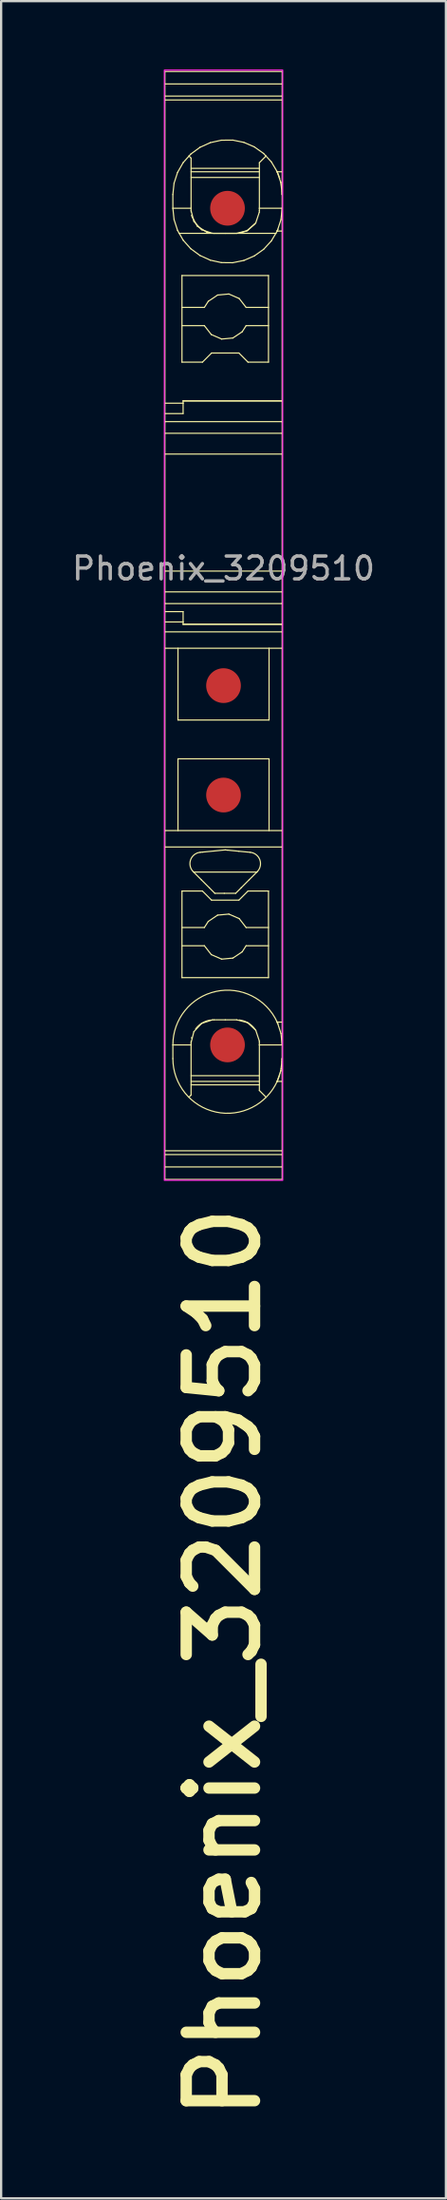
<source format=kicad_pcb>
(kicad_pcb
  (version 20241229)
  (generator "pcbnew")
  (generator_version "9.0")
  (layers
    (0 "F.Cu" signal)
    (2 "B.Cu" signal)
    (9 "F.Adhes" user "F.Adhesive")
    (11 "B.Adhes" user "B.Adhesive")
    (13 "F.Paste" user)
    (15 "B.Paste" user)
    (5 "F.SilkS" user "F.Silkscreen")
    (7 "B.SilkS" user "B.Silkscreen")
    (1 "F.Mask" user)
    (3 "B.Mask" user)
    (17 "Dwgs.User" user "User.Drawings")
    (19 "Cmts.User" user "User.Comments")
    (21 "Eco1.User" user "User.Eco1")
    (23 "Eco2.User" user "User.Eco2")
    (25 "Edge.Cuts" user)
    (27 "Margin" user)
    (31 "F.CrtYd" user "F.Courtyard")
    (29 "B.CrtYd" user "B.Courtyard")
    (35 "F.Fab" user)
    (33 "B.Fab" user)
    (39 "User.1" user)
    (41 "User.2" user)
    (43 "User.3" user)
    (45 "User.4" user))
  (footprint "Phoenix_3209510"
    (layer "F.Cu")
    (at 4.168 24.625)
    (property "Reference" "Phoenix_3209510" (at 2.6 25 90) (unlocked yes) (layer "F.SilkS") (effects (font (size 3 3) (thickness 0.5) (bold yes)) (justify right)))
    (attr smd)
    (fp_line (start 0.025 -24.54) (end 0.025 -23.993) (stroke (width 0.05) (type solid)) (layer "F.SilkS"))
    (fp_line (start 0.025 -23.458) (end 0.025 -23.993) (stroke (width 0.05) (type solid)) (layer "F.SilkS"))
    (fp_line (start 0.025 -23.29) (end 0.025 -23.458) (stroke (width 0.05) (type solid)) (layer "F.SilkS"))
    (fp_line (start 0.025 -23.29) (end 0.025 -9.989) (stroke (width 0.05) (type solid)) (layer "F.SilkS"))
    (fp_line (start 0.025 -9.989) (end 0.025 -9.534) (stroke (width 0.05) (type solid)) (layer "F.SilkS"))
    (fp_line (start 0.025 -9.181) (end 0.025 -9.534) (stroke (width 0.05) (type solid)) (layer "F.SilkS"))
    (fp_line (start 0.025 -9.169) (end 0.025 -9.181) (stroke (width 0.05) (type solid)) (layer "F.SilkS"))
    (fp_line (start 0.025 -8.669) (end 0.025 -9.169) (stroke (width 0.05) (type solid)) (layer "F.SilkS"))
    (fp_line (start 0.025 -8.669) (end 5.175 -8.669) (stroke (width 0.05) (type solid)) (layer "F.SilkS"))
    (fp_line (start 0.025 -7.757) (end 0.025 -8.669) (stroke (width 0.05) (type solid)) (layer "F.SilkS"))
    (fp_line (start 0.025 -7.757) (end 5.175 -7.757) (stroke (width 0.05) (type solid)) (layer "F.SilkS"))
    (fp_line (start 0.025 -2.624) (end 0.025 -7.757) (stroke (width 0.05) (type solid)) (layer "F.SilkS"))
    (fp_line (start 0.025 -2.624) (end 0.025 -1.712) (stroke (width 0.05) (type solid)) (layer "F.SilkS"))
    (fp_line (start 0.025 -1.712) (end 0.025 -1.212) (stroke (width 0.05) (type solid)) (layer "F.SilkS"))
    (fp_line (start 0.025 -1.712) (end 5.175 -1.712) (stroke (width 0.05) (type solid)) (layer "F.SilkS"))
    (fp_line (start 0.025 -1.212) (end 0.025 -1.2) (stroke (width 0.05) (type solid)) (layer "F.SilkS"))
    (fp_line (start 0.025 -1.2) (end 5.175 -1.2) (stroke (width 0.05) (type solid)) (layer "F.SilkS"))
    (fp_line (start 0.025 -0.847) (end 0.025 -1.2) (stroke (width 0.05) (type solid)) (layer "F.SilkS"))
    (fp_line (start 0.025 -0.847) (end 0.025 -0.392) (stroke (width 0.05) (type solid)) (layer "F.SilkS"))
    (fp_line (start 0.025 0.041) (end 0.025 -0.392) (stroke (width 0.05) (type solid)) (layer "F.SilkS"))
    (fp_line (start 0.025 0.041) (end 0.025 0.76) (stroke (width 0.05) (type solid)) (layer "F.SilkS"))
    (fp_line (start 0.025 0.76) (end 0.025 8.76) (stroke (width 0.05) (type solid)) (layer "F.SilkS"))
    (fp_line (start 0.025 0.76) (end 5.175 0.76) (stroke (width 0.05) (type solid)) (layer "F.SilkS"))
    (fp_line (start 0.025 8.76) (end 0.025 9.478) (stroke (width 0.05) (type solid)) (layer "F.SilkS"))
    (fp_line (start 0.025 8.76) (end 5.175 8.76) (stroke (width 0.05) (type solid)) (layer "F.SilkS"))
    (fp_line (start 0.025 22.803) (end 0.025 9.478) (stroke (width 0.05) (type solid)) (layer "F.SilkS"))
    (fp_line (start 0.025 22.972) (end 0.025 22.803) (stroke (width 0.05) (type solid)) (layer "F.SilkS"))
    (fp_line (start 0.025 22.972) (end 0.025 23.512) (stroke (width 0.05) (type solid)) (layer "F.SilkS"))
    (fp_line (start 0.025 23.512) (end 0.025 24.06) (stroke (width 0.05) (type solid)) (layer "F.SilkS"))
    (fp_line (start 0.375 -19.14) (end 0.427 -19.637) (stroke (width 0.05) (type solid)) (layer "F.SilkS"))
    (fp_line (start 0.375 -18.54) (end 0.375 -19.14) (stroke (width 0.05) (type solid)) (layer "F.SilkS"))
    (fp_line (start 0.375 -18.54) (end 0.427 -18.044) (stroke (width 0.05) (type solid)) (layer "F.SilkS"))
    (fp_line (start 0.375 18.16) (end 0.375 18.76) (stroke (width 0.05) (type solid)) (layer "F.SilkS"))
    (fp_line (start 0.427 -19.637) (end 0.581 -20.112) (stroke (width 0.05) (type solid)) (layer "F.SilkS"))
    (fp_line (start 0.427 -18.044) (end 0.581 -17.569) (stroke (width 0.05) (type solid)) (layer "F.SilkS"))
    (fp_line (start 0.581 -20.112) (end 0.829 -20.545) (stroke (width 0.05) (type solid)) (layer "F.SilkS"))
    (fp_line (start 0.581 -17.569) (end 0.829 -17.136) (stroke (width 0.05) (type solid)) (layer "F.SilkS"))
    (fp_line (start 0.6 0.76) (end 0.6 3.91) (stroke (width 0.05) (type solid)) (layer "F.SilkS"))
    (fp_line (start 0.6 3.91) (end 4.6 3.91) (stroke (width 0.05) (type solid)) (layer "F.SilkS"))
    (fp_line (start 0.6 5.61) (end 0.6 8.76) (stroke (width 0.05) (type solid)) (layer "F.SilkS"))
    (fp_line (start 0.642 -17.44) (end 4.908 -17.44) (stroke (width 0.05) (type solid)) (layer "F.SilkS"))
    (fp_line (start 0.775 -15.59) (end 0.775 -11.79) (stroke (width 0.05) (type solid)) (layer "F.SilkS"))
    (fp_line (start 0.775 -14.19) (end 1.759 -14.19) (stroke (width 0.05) (type solid)) (layer "F.SilkS"))
    (fp_line (start 0.775 -11.79) (end 1.675 -11.79) (stroke (width 0.05) (type solid)) (layer "F.SilkS"))
    (fp_line (start 0.775 11.41) (end 0.775 15.21) (stroke (width 0.05) (type solid)) (layer "F.SilkS"))
    (fp_line (start 0.775 13.01) (end 1.759 13.01) (stroke (width 0.05) (type solid)) (layer "F.SilkS"))
    (fp_line (start 0.775 15.21) (end 4.575 15.21) (stroke (width 0.05) (type solid)) (layer "F.SilkS"))
    (fp_line (start 0.825 -10.09) (end 5.175 -10.09) (stroke (width 0.05) (type solid)) (layer "F.SilkS"))
    (fp_line (start 0.825 -9.989) (end 0.025 -9.989) (stroke (width 0.05) (type solid)) (layer "F.SilkS"))
    (fp_line (start 0.825 -9.989) (end 0.825 -10.09) (stroke (width 0.05) (type solid)) (layer "F.SilkS"))
    (fp_line (start 0.825 -9.534) (end 0.025 -9.534) (stroke (width 0.05) (type solid)) (layer "F.SilkS"))
    (fp_line (start 0.825 -9.534) (end 0.825 -9.989) (stroke (width 0.05) (type solid)) (layer "F.SilkS"))
    (fp_line (start 0.825 -0.847) (end 0.025 -0.847) (stroke (width 0.05) (type solid)) (layer "F.SilkS"))
    (fp_line (start 0.825 -0.392) (end 0.025 -0.392) (stroke (width 0.05) (type solid)) (layer "F.SilkS"))
    (fp_line (start 0.825 -0.392) (end 0.825 -0.847) (stroke (width 0.05) (type solid)) (layer "F.SilkS"))
    (fp_line (start 0.825 -0.29) (end 0.825 -0.392) (stroke (width 0.05) (type solid)) (layer "F.SilkS"))
    (fp_line (start 0.825 -0.29) (end 5.175 -0.29) (stroke (width 0.05) (type solid)) (layer "F.SilkS"))
    (fp_line (start 0.829 -20.545) (end 1.162 -20.917) (stroke (width 0.05) (type solid)) (layer "F.SilkS"))
    (fp_line (start 0.829 -17.136) (end 1.162 -16.764) (stroke (width 0.05) (type solid)) (layer "F.SilkS"))
    (fp_line (start 1.162 -20.917) (end 1.564 -21.212) (stroke (width 0.05) (type solid)) (layer "F.SilkS"))
    (fp_line (start 1.162 -16.764) (end 1.564 -16.469) (stroke (width 0.05) (type solid)) (layer "F.SilkS"))
    (fp_line (start 1.175 -20.74) (end 1.078 -20.837) (stroke (width 0.05) (type solid)) (layer "F.SilkS"))
    (fp_line (start 1.175 -20.29) (end 4.175 -20.29) (stroke (width 0.05) (type solid)) (layer "F.SilkS"))
    (fp_line (start 1.175 -19.89) (end 4.175 -19.89) (stroke (width 0.05) (type solid)) (layer "F.SilkS"))
    (fp_line (start 1.175 -18.54) (end 0.375 -18.54) (stroke (width 0.05) (type solid)) (layer "F.SilkS"))
    (fp_line (start 1.175 -18.54) (end 1.175 -20.74) (stroke (width 0.05) (type solid)) (layer "F.SilkS"))
    (fp_line (start 1.175 -18.44) (end 1.175 -18.54) (stroke (width 0.05) (type solid)) (layer "F.SilkS"))
    (fp_line (start 1.175 -18.44) (end 1.298 -17.961) (stroke (width 0.05) (type solid)) (layer "F.SilkS"))
    (fp_line (start 1.175 18.06) (end 1.175 18.16) (stroke (width 0.05) (type solid)) (layer "F.SilkS"))
    (fp_line (start 1.175 18.06) (end 1.298 17.58) (stroke (width 0.05) (type solid)) (layer "F.SilkS"))
    (fp_line (start 1.175 18.16) (end 0.375 18.16) (stroke (width 0.05) (type solid)) (layer "F.SilkS"))
    (fp_line (start 1.175 18.16) (end 1.175 20.36) (stroke (width 0.05) (type solid)) (layer "F.SilkS"))
    (fp_line (start 1.175 19.51) (end 4.175 19.51) (stroke (width 0.05) (type solid)) (layer "F.SilkS"))
    (fp_line (start 1.175 19.91) (end 4.175 19.91) (stroke (width 0.05) (type solid)) (layer "F.SilkS"))
    (fp_line (start 1.175 20.36) (end 1.078 20.457) (stroke (width 0.05) (type solid)) (layer "F.SilkS"))
    (fp_line (start 1.176 -18.399) (end 1.177 -18.376) (stroke (width 0.05) (type solid)) (layer "F.SilkS"))
    (fp_line (start 1.197 -18.236) (end 1.201 -18.215) (stroke (width 0.05) (type solid)) (layer "F.SilkS"))
    (fp_line (start 1.209 -18.183) (end 1.451 -17.751) (stroke (width 0.05) (type solid)) (layer "F.SilkS"))
    (fp_line (start 1.272 10.563) (end 1.625 10.917) (stroke (width 0.05) (type solid)) (layer "F.SilkS"))
    (fp_line (start 1.288 10.58) (end 4.063 10.58) (stroke (width 0.05) (type solid)) (layer "F.SilkS"))
    (fp_line (start 1.298 -17.961) (end 1.635 -17.599) (stroke (width 0.05) (type solid)) (layer "F.SilkS"))
    (fp_line (start 1.298 17.58) (end 1.635 17.218) (stroke (width 0.05) (type solid)) (layer "F.SilkS"))
    (fp_line (start 1.451 -17.751) (end 1.87 -17.488) (stroke (width 0.05) (type solid)) (layer "F.SilkS"))
    (fp_line (start 1.564 -21.212) (end 2.019 -21.418) (stroke (width 0.05) (type solid)) (layer "F.SilkS"))
    (fp_line (start 1.564 -16.469) (end 2.019 -16.263) (stroke (width 0.05) (type solid)) (layer "F.SilkS"))
    (fp_line (start 1.625 10.917) (end 1.979 11.27) (stroke (width 0.05) (type solid)) (layer "F.SilkS"))
    (fp_line (start 1.635 -17.599) (end 2.105 -17.443) (stroke (width 0.05) (type solid)) (layer "F.SilkS"))
    (fp_line (start 1.635 17.218) (end 2.105 17.062) (stroke (width 0.05) (type solid)) (layer "F.SilkS"))
    (fp_line (start 1.675 -11.79) (end 2.075 -12.19) (stroke (width 0.05) (type solid)) (layer "F.SilkS"))
    (fp_line (start 1.675 11.41) (end 0.775 11.41) (stroke (width 0.05) (type solid)) (layer "F.SilkS"))
    (fp_line (start 1.68 9.702) (end 1.578 9.712) (stroke (width 0.05) (type solid)) (layer "F.SilkS"))
    (fp_line (start 1.759 -13.39) (end 0.775 -13.39) (stroke (width 0.05) (type solid)) (layer "F.SilkS"))
    (fp_line (start 1.759 -13.39) (end 2.063 -13) (stroke (width 0.05) (type solid)) (layer "F.SilkS"))
    (fp_line (start 1.759 13.81) (end 0.775 13.81) (stroke (width 0.05) (type solid)) (layer "F.SilkS"))
    (fp_line (start 1.759 13.81) (end 2.063 14.2) (stroke (width 0.05) (type solid)) (layer "F.SilkS"))
    (fp_line (start 1.87 -17.488) (end 2.007 -17.455) (stroke (width 0.05) (type solid)) (layer "F.SilkS"))
    (fp_line (start 1.93 -14.457) (end 1.759 -14.19) (stroke (width 0.05) (type solid)) (layer "F.SilkS"))
    (fp_line (start 1.93 12.743) (end 1.759 13.01) (stroke (width 0.05) (type solid)) (layer "F.SilkS"))
    (fp_line (start 1.979 11.27) (end 2.218 11.51) (stroke (width 0.05) (type solid)) (layer "F.SilkS"))
    (fp_line (start 2.019 -21.418) (end 2.506 -21.525) (stroke (width 0.05) (type solid)) (layer "F.SilkS"))
    (fp_line (start 2.019 -16.263) (end 2.506 -16.156) (stroke (width 0.05) (type solid)) (layer "F.SilkS"))
    (fp_line (start 2.063 -13) (end 2.517 -12.803) (stroke (width 0.05) (type solid)) (layer "F.SilkS"))
    (fp_line (start 2.063 14.2) (end 2.517 14.397) (stroke (width 0.05) (type solid)) (layer "F.SilkS"))
    (fp_line (start 2.075 -12.19) (end 3.275 -12.19) (stroke (width 0.05) (type solid)) (layer "F.SilkS"))
    (fp_line (start 2.075 11.81) (end 1.675 11.41) (stroke (width 0.05) (type solid)) (layer "F.SilkS"))
    (fp_line (start 2.105 -17.443) (end 2.175 -17.44) (stroke (width 0.05) (type solid)) (layer "F.SilkS"))
    (fp_line (start 2.105 17.062) (end 2.175 17.06) (stroke (width 0.05) (type solid)) (layer "F.SilkS"))
    (fp_line (start 2.178 9.655) (end 1.68 9.702) (stroke (width 0.05) (type solid)) (layer "F.SilkS"))
    (fp_line (start 2.341 -14.733) (end 1.93 -14.457) (stroke (width 0.05) (type solid)) (layer "F.SilkS"))
    (fp_line (start 2.341 12.467) (end 1.93 12.743) (stroke (width 0.05) (type solid)) (layer "F.SilkS"))
    (fp_line (start 2.506 -21.525) (end 3.005 -21.529) (stroke (width 0.05) (type solid)) (layer "F.SilkS"))
    (fp_line (start 2.506 -16.156) (end 3.005 -16.151) (stroke (width 0.05) (type solid)) (layer "F.SilkS"))
    (fp_line (start 2.517 -12.803) (end 3.01 -12.848) (stroke (width 0.05) (type solid)) (layer "F.SilkS"))
    (fp_line (start 2.517 14.397) (end 3.01 14.352) (stroke (width 0.05) (type solid)) (layer "F.SilkS"))
    (fp_line (start 2.633 11.51) (end 2.218 11.51) (stroke (width 0.05) (type solid)) (layer "F.SilkS"))
    (fp_line (start 2.675 -17.44) (end 2.175 -17.44) (stroke (width 0.05) (type solid)) (layer "F.SilkS"))
    (fp_line (start 2.675 9.607) (end 2.178 9.655) (stroke (width 0.05) (type solid)) (layer "F.SilkS"))
    (fp_line (start 2.675 17.06) (end 2.175 17.06) (stroke (width 0.05) (type solid)) (layer "F.SilkS"))
    (fp_line (start 2.777 9.617) (end 2.675 9.607) (stroke (width 0.05) (type solid)) (layer "F.SilkS"))
    (fp_line (start 2.834 -14.778) (end 2.341 -14.733) (stroke (width 0.05) (type solid)) (layer "F.SilkS"))
    (fp_line (start 2.834 12.422) (end 2.341 12.467) (stroke (width 0.05) (type solid)) (layer "F.SilkS"))
    (fp_line (start 3.005 -21.529) (end 3.494 -21.43) (stroke (width 0.05) (type solid)) (layer "F.SilkS"))
    (fp_line (start 3.005 -16.151) (end 3.494 -16.251) (stroke (width 0.05) (type solid)) (layer "F.SilkS"))
    (fp_line (start 3.01 -12.848) (end 3.421 -13.123) (stroke (width 0.05) (type solid)) (layer "F.SilkS"))
    (fp_line (start 3.01 14.352) (end 3.421 14.077) (stroke (width 0.05) (type solid)) (layer "F.SilkS"))
    (fp_line (start 3.133 11.51) (end 2.633 11.51) (stroke (width 0.05) (type solid)) (layer "F.SilkS"))
    (fp_line (start 3.175 -17.44) (end 2.675 -17.44) (stroke (width 0.05) (type solid)) (layer "F.SilkS"))
    (fp_line (start 3.175 -17.44) (end 3.655 -17.563) (stroke (width 0.05) (type solid)) (layer "F.SilkS"))
    (fp_line (start 3.175 17.06) (end 2.675 17.06) (stroke (width 0.05) (type solid)) (layer "F.SilkS"))
    (fp_line (start 3.175 17.06) (end 3.655 17.182) (stroke (width 0.05) (type solid)) (layer "F.SilkS"))
    (fp_line (start 3.275 -12.19) (end 3.675 -11.79) (stroke (width 0.05) (type solid)) (layer "F.SilkS"))
    (fp_line (start 3.275 9.665) (end 2.777 9.617) (stroke (width 0.05) (type solid)) (layer "F.SilkS"))
    (fp_line (start 3.276 11.809) (end 2.075 11.81) (stroke (width 0.05) (type solid)) (layer "F.SilkS"))
    (fp_line (start 3.288 -14.581) (end 2.834 -14.778) (stroke (width 0.05) (type solid)) (layer "F.SilkS"))
    (fp_line (start 3.288 12.619) (end 2.834 12.422) (stroke (width 0.05) (type solid)) (layer "F.SilkS"))
    (fp_line (start 3.372 11.27) (end 3.133 11.51) (stroke (width 0.05) (type solid)) (layer "F.SilkS"))
    (fp_line (start 3.421 -13.123) (end 3.592 -13.39) (stroke (width 0.05) (type solid)) (layer "F.SilkS"))
    (fp_line (start 3.421 14.077) (end 3.592 13.81) (stroke (width 0.05) (type solid)) (layer "F.SilkS"))
    (fp_line (start 3.494 -21.43) (end 3.952 -21.232) (stroke (width 0.05) (type solid)) (layer "F.SilkS"))
    (fp_line (start 3.494 -16.251) (end 3.952 -16.449) (stroke (width 0.05) (type solid)) (layer "F.SilkS"))
    (fp_line (start 3.592 -14.19) (end 3.288 -14.581) (stroke (width 0.05) (type solid)) (layer "F.SilkS"))
    (fp_line (start 3.592 -14.19) (end 4.575 -14.19) (stroke (width 0.05) (type solid)) (layer "F.SilkS"))
    (fp_line (start 3.592 13.01) (end 3.288 12.619) (stroke (width 0.05) (type solid)) (layer "F.SilkS"))
    (fp_line (start 3.592 13.01) (end 4.575 13.01) (stroke (width 0.05) (type solid)) (layer "F.SilkS"))
    (fp_line (start 3.613 -17.541) (end 3.288 -17.447) (stroke (width 0.05) (type solid)) (layer "F.SilkS"))
    (fp_line (start 3.655 -17.563) (end 4.017 -17.9) (stroke (width 0.05) (type solid)) (layer "F.SilkS"))
    (fp_line (start 3.655 17.182) (end 4.017 17.519) (stroke (width 0.05) (type solid)) (layer "F.SilkS"))
    (fp_line (start 3.675 -11.79) (end 4.575 -11.79) (stroke (width 0.05) (type solid)) (layer "F.SilkS"))
    (fp_line (start 3.675 11.41) (end 3.276 11.809) (stroke (width 0.05) (type solid)) (layer "F.SilkS"))
    (fp_line (start 3.725 10.917) (end 3.372 11.27) (stroke (width 0.05) (type solid)) (layer "F.SilkS"))
    (fp_line (start 3.773 9.712) (end 3.275 9.665) (stroke (width 0.05) (type solid)) (layer "F.SilkS"))
    (fp_line (start 3.952 -21.232) (end 4.36 -20.943) (stroke (width 0.05) (type solid)) (layer "F.SilkS"))
    (fp_line (start 3.952 -16.449) (end 4.36 -16.737) (stroke (width 0.05) (type solid)) (layer "F.SilkS"))
    (fp_line (start 3.991 -17.861) (end 3.613 -17.541) (stroke (width 0.05) (type solid)) (layer "F.SilkS"))
    (fp_line (start 4.017 -17.9) (end 4.173 -18.37) (stroke (width 0.05) (type solid)) (layer "F.SilkS"))
    (fp_line (start 4.017 17.519) (end 4.173 17.989) (stroke (width 0.05) (type solid)) (layer "F.SilkS"))
    (fp_line (start 4.079 10.563) (end 3.725 10.917) (stroke (width 0.05) (type solid)) (layer "F.SilkS"))
    (fp_line (start 4.173 -18.37) (end 4.175 -18.44) (stroke (width 0.05) (type solid)) (layer "F.SilkS"))
    (fp_line (start 4.173 17.989) (end 4.175 18.06) (stroke (width 0.05) (type solid)) (layer "F.SilkS"))
    (fp_line (start 4.175 -20.54) (end 4.175 -18.54) (stroke (width 0.05) (type solid)) (layer "F.SilkS"))
    (fp_line (start 4.175 -20.14) (end 1.175 -20.14) (stroke (width 0.05) (type solid)) (layer "F.SilkS"))
    (fp_line (start 4.175 -18.54) (end 5.175 -18.54) (stroke (width 0.05) (type solid)) (layer "F.SilkS"))
    (fp_line (start 4.175 -18.44) (end 4.175 -18.54) (stroke (width 0.05) (type solid)) (layer "F.SilkS"))
    (fp_line (start 4.175 18.06) (end 4.175 18.16) (stroke (width 0.05) (type solid)) (layer "F.SilkS"))
    (fp_line (start 4.175 18.16) (end 5.175 18.16) (stroke (width 0.05) (type solid)) (layer "F.SilkS"))
    (fp_line (start 4.175 19.76) (end 1.175 19.76) (stroke (width 0.05) (type solid)) (layer "F.SilkS"))
    (fp_line (start 4.175 20.16) (end 4.175 18.16) (stroke (width 0.05) (type solid)) (layer "F.SilkS"))
    (fp_line (start 4.36 -20.943) (end 4.698 -20.577) (stroke (width 0.05) (type solid)) (layer "F.SilkS"))
    (fp_line (start 4.36 -16.737) (end 4.698 -17.104) (stroke (width 0.05) (type solid)) (layer "F.SilkS"))
    (fp_line (start 4.472 -20.837) (end 4.175 -20.54) (stroke (width 0.05) (type solid)) (layer "F.SilkS"))
    (fp_line (start 4.472 20.457) (end 4.175 20.16) (stroke (width 0.05) (type solid)) (layer "F.SilkS"))
    (fp_line (start 4.575 -15.59) (end 0.775 -15.59) (stroke (width 0.05) (type solid)) (layer "F.SilkS"))
    (fp_line (start 4.575 -13.39) (end 3.592 -13.39) (stroke (width 0.05) (type solid)) (layer "F.SilkS"))
    (fp_line (start 4.575 -11.79) (end 4.575 -15.59) (stroke (width 0.05) (type solid)) (layer "F.SilkS"))
    (fp_line (start 4.575 11.41) (end 3.675 11.41) (stroke (width 0.05) (type solid)) (layer "F.SilkS"))
    (fp_line (start 4.575 13.81) (end 3.592 13.81) (stroke (width 0.05) (type solid)) (layer "F.SilkS"))
    (fp_line (start 4.575 15.21) (end 4.575 11.41) (stroke (width 0.05) (type solid)) (layer "F.SilkS"))
    (fp_line (start 4.6 3.91) (end 4.6 0.76) (stroke (width 0.05) (type solid)) (layer "F.SilkS"))
    (fp_line (start 4.6 5.61) (end 0.6 5.61) (stroke (width 0.05) (type solid)) (layer "F.SilkS"))
    (fp_line (start 4.6 8.76) (end 4.6 5.61) (stroke (width 0.05) (type solid)) (layer "F.SilkS"))
    (fp_line (start 4.698 -20.577) (end 4.954 -20.148) (stroke (width 0.05) (type solid)) (layer "F.SilkS"))
    (fp_line (start 4.698 -17.104) (end 4.954 -17.533) (stroke (width 0.05) (type solid)) (layer "F.SilkS"))
    (fp_line (start 4.954 -20.148) (end 4.957 -20.14) (stroke (width 0.05) (type solid)) (layer "F.SilkS"))
    (fp_line (start 4.954 -17.533) (end 4.957 -17.54) (stroke (width 0.05) (type solid)) (layer "F.SilkS"))
    (fp_line (start 4.957 -20.14) (end 4.958 -20.139) (stroke (width 0.05) (type solid)) (layer "F.SilkS"))
    (fp_line (start 4.957 -20.14) (end 5.117 -19.667) (stroke (width 0.05) (type solid)) (layer "F.SilkS"))
    (fp_line (start 4.957 -20.14) (end 5.175 -20.14) (stroke (width 0.05) (type solid)) (layer "F.SilkS"))
    (fp_line (start 4.957 -17.54) (end 4.991 -17.618) (stroke (width 0.05) (type solid)) (layer "F.SilkS"))
    (fp_line (start 4.957 17.16) (end 4.991 17.237) (stroke (width 0.05) (type solid)) (layer "F.SilkS"))
    (fp_line (start 4.957 19.76) (end 4.958 19.758) (stroke (width 0.05) (type solid)) (layer "F.SilkS"))
    (fp_line (start 4.957 19.76) (end 5.117 19.287) (stroke (width 0.05) (type solid)) (layer "F.SilkS"))
    (fp_line (start 4.957 19.76) (end 5.175 19.76) (stroke (width 0.05) (type solid)) (layer "F.SilkS"))
    (fp_line (start 4.958 -20.139) (end 5.026 -19.975) (stroke (width 0.05) (type solid)) (layer "F.SilkS"))
    (fp_line (start 4.958 19.758) (end 5.026 19.594) (stroke (width 0.05) (type solid)) (layer "F.SilkS"))
    (fp_line (start 4.97 -17.569) (end 4.957 -17.54) (stroke (width 0.05) (type solid)) (layer "F.SilkS"))
    (fp_line (start 4.97 17.188) (end 4.957 17.16) (stroke (width 0.05) (type solid)) (layer "F.SilkS"))
    (fp_line (start 5.037 -19.943) (end 5.048 -19.913) (stroke (width 0.05) (type solid)) (layer "F.SilkS"))
    (fp_line (start 5.037 19.562) (end 5.048 19.532) (stroke (width 0.05) (type solid)) (layer "F.SilkS"))
    (fp_line (start 5.065 -19.862) (end 5.069 -19.847) (stroke (width 0.05) (type solid)) (layer "F.SilkS"))
    (fp_line (start 5.065 19.481) (end 5.069 19.467) (stroke (width 0.05) (type solid)) (layer "F.SilkS"))
    (fp_line (start 5.09 19.395) (end 5.09 19.394) (stroke (width 0.05) (type solid)) (layer "F.SilkS"))
    (fp_line (start 5.105 -19.718) (end 5.119 -19.656) (stroke (width 0.05) (type solid)) (layer "F.SilkS"))
    (fp_line (start 5.105 19.338) (end 5.119 19.276) (stroke (width 0.05) (type solid)) (layer "F.SilkS"))
    (fp_line (start 5.117 -19.667) (end 5.175 -19.172) (stroke (width 0.05) (type solid)) (layer "F.SilkS"))
    (fp_line (start 5.117 19.287) (end 5.175 18.791) (stroke (width 0.05) (type solid)) (layer "F.SilkS"))
    (fp_line (start 5.124 -18.044) (end 4.97 -17.569) (stroke (width 0.05) (type solid)) (layer "F.SilkS"))
    (fp_line (start 5.124 17.663) (end 4.97 17.188) (stroke (width 0.05) (type solid)) (layer "F.SilkS"))
    (fp_line (start 5.134 -19.586) (end 5.137 -19.57) (stroke (width 0.05) (type solid)) (layer "F.SilkS"))
    (fp_line (start 5.134 19.205) (end 5.137 19.189) (stroke (width 0.05) (type solid)) (layer "F.SilkS"))
    (fp_line (start 5.15 -19.489) (end 5.151 -19.479) (stroke (width 0.05) (type solid)) (layer "F.SilkS"))
    (fp_line (start 5.15 19.109) (end 5.151 19.099) (stroke (width 0.05) (type solid)) (layer "F.SilkS"))
    (fp_line (start 5.17 -19.304) (end 5.175 -19.14) (stroke (width 0.05) (type solid)) (layer "F.SilkS"))
    (fp_line (start 5.17 18.923) (end 5.175 18.76) (stroke (width 0.05) (type solid)) (layer "F.SilkS"))
    (fp_line (start 5.175 -24.54) (end 0.025 -24.54) (stroke (width 0.05) (type solid)) (layer "F.SilkS"))
    (fp_line (start 5.175 -24.54) (end 5.175 -23.993) (stroke (width 0.05) (type solid)) (layer "F.SilkS"))
    (fp_line (start 5.175 -23.993) (end 0.025 -23.993) (stroke (width 0.05) (type solid)) (layer "F.SilkS"))
    (fp_line (start 5.175 -23.458) (end 0.025 -23.458) (stroke (width 0.05) (type solid)) (layer "F.SilkS"))
    (fp_line (start 5.175 -23.458) (end 5.175 -23.993) (stroke (width 0.05) (type solid)) (layer "F.SilkS"))
    (fp_line (start 5.175 -23.29) (end 0.025 -23.29) (stroke (width 0.05) (type solid)) (layer "F.SilkS"))
    (fp_line (start 5.175 -23.29) (end 5.175 -23.458) (stroke (width 0.05) (type solid)) (layer "F.SilkS"))
    (fp_line (start 5.175 -23.29) (end 5.175 -20.14) (stroke (width 0.05) (type solid)) (layer "F.SilkS"))
    (fp_line (start 5.175 -20.14) (end 5.175 -19.64) (stroke (width 0.05) (type solid)) (layer "F.SilkS"))
    (fp_line (start 5.175 -19.64) (end 5.175 -19.14) (stroke (width 0.05) (type solid)) (layer "F.SilkS"))
    (fp_line (start 5.175 -19.172) (end 5.175 -19.14) (stroke (width 0.05) (type solid)) (layer "F.SilkS"))
    (fp_line (start 5.175 -19.14) (end 5.175 -18.54) (stroke (width 0.05) (type solid)) (layer "F.SilkS"))
    (fp_line (start 5.175 -18.54) (end 5.124 -18.044) (stroke (width 0.05) (type solid)) (layer "F.SilkS"))
    (fp_line (start 5.175 -18.04) (end 5.175 -18.54) (stroke (width 0.05) (type solid)) (layer "F.SilkS"))
    (fp_line (start 5.175 -17.54) (end 4.957 -17.54) (stroke (width 0.05) (type solid)) (layer "F.SilkS"))
    (fp_line (start 5.175 -17.54) (end 5.175 -18.04) (stroke (width 0.05) (type solid)) (layer "F.SilkS"))
    (fp_line (start 5.175 -17.54) (end 5.175 -10.09) (stroke (width 0.05) (type solid)) (layer "F.SilkS"))
    (fp_line (start 5.175 -10.09) (end 0.825 -10.09) (stroke (width 0.05) (type solid)) (layer "F.SilkS"))
    (fp_line (start 5.175 -9.181) (end 0.025 -9.181) (stroke (width 0.05) (type solid)) (layer "F.SilkS"))
    (fp_line (start 5.175 -9.181) (end 5.175 -10.09) (stroke (width 0.05) (type solid)) (layer "F.SilkS"))
    (fp_line (start 5.175 -9.169) (end 5.175 -9.181) (stroke (width 0.05) (type solid)) (layer "F.SilkS"))
    (fp_line (start 5.175 -8.669) (end 5.175 -9.169) (stroke (width 0.05) (type solid)) (layer "F.SilkS"))
    (fp_line (start 5.175 -7.757) (end 5.175 -8.669) (stroke (width 0.05) (type solid)) (layer "F.SilkS"))
    (fp_line (start 5.175 -7.757) (end 5.175 -2.624) (stroke (width 0.05) (type solid)) (layer "F.SilkS"))
    (fp_line (start 5.175 -2.624) (end 0.025 -2.624) (stroke (width 0.05) (type solid)) (layer "F.SilkS"))
    (fp_line (start 5.175 -2.624) (end 5.175 -1.712) (stroke (width 0.05) (type solid)) (layer "F.SilkS"))
    (fp_line (start 5.175 -1.712) (end 5.175 -1.212) (stroke (width 0.05) (type solid)) (layer "F.SilkS"))
    (fp_line (start 5.175 -1.212) (end 5.175 -1.2) (stroke (width 0.05) (type solid)) (layer "F.SilkS"))
    (fp_line (start 5.175 -0.29) (end 0.825 -0.29) (stroke (width 0.05) (type solid)) (layer "F.SilkS"))
    (fp_line (start 5.175 -0.29) (end 5.175 -1.2) (stroke (width 0.05) (type solid)) (layer "F.SilkS"))
    (fp_line (start 5.175 0.041) (end 0.025 0.041) (stroke (width 0.05) (type solid)) (layer "F.SilkS"))
    (fp_line (start 5.175 0.041) (end 5.175 -0.29) (stroke (width 0.05) (type solid)) (layer "F.SilkS"))
    (fp_line (start 5.175 0.041) (end 5.175 0.76) (stroke (width 0.05) (type solid)) (layer "F.SilkS"))
    (fp_line (start 5.175 0.76) (end 5.175 8.76) (stroke (width 0.05) (type solid)) (layer "F.SilkS"))
    (fp_line (start 5.175 8.76) (end 5.175 9.478) (stroke (width 0.05) (type solid)) (layer "F.SilkS"))
    (fp_line (start 5.175 9.478) (end 0.025 9.478) (stroke (width 0.05) (type solid)) (layer "F.SilkS"))
    (fp_line (start 5.175 17.16) (end 4.957 17.16) (stroke (width 0.05) (type solid)) (layer "F.SilkS"))
    (fp_line (start 5.175 17.16) (end 5.175 9.478) (stroke (width 0.05) (type solid)) (layer "F.SilkS"))
    (fp_line (start 5.175 17.16) (end 5.175 17.66) (stroke (width 0.05) (type solid)) (layer "F.SilkS"))
    (fp_line (start 5.175 17.66) (end 5.175 18.16) (stroke (width 0.05) (type solid)) (layer "F.SilkS"))
    (fp_line (start 5.175 18.16) (end 5.124 17.663) (stroke (width 0.05) (type solid)) (layer "F.SilkS"))
    (fp_line (start 5.175 18.76) (end 5.175 18.16) (stroke (width 0.05) (type solid)) (layer "F.SilkS"))
    (fp_line (start 5.175 18.791) (end 5.175 18.76) (stroke (width 0.05) (type solid)) (layer "F.SilkS"))
    (fp_line (start 5.175 19.26) (end 5.175 18.76) (stroke (width 0.05) (type solid)) (layer "F.SilkS"))
    (fp_line (start 5.175 19.76) (end 5.175 19.26) (stroke (width 0.05) (type solid)) (layer "F.SilkS"))
    (fp_line (start 5.175 22.803) (end 0.025 22.803) (stroke (width 0.05) (type solid)) (layer "F.SilkS"))
    (fp_line (start 5.175 22.803) (end 5.175 19.76) (stroke (width 0.05) (type solid)) (layer "F.SilkS"))
    (fp_line (start 5.175 22.972) (end 0.025 22.972) (stroke (width 0.05) (type solid)) (layer "F.SilkS"))
    (fp_line (start 5.175 22.972) (end 5.175 22.803) (stroke (width 0.05) (type solid)) (layer "F.SilkS"))
    (fp_line (start 5.175 22.972) (end 5.175 23.512) (stroke (width 0.05) (type solid)) (layer "F.SilkS"))
    (fp_line (start 5.175 23.512) (end 0.025 23.512) (stroke (width 0.05) (type solid)) (layer "F.SilkS"))
    (fp_line (start 5.175 23.512) (end 5.175 24.06) (stroke (width 0.05) (type solid)) (layer "F.SilkS"))
    (fp_line (start 5.175 24.06) (end 0.025 24.06) (stroke (width 0.05) (type solid)) (layer "F.SilkS"))
    (fp_arc (start 0.375 18.1596) (mid 2.26323 15.814799) (end 4.956743 17.159601) (stroke (width 0.05) (type solid)) (layer "F.SilkS"))
    (fp_arc (start 1.175845 18.018509) (mid 1.176395 18.006793) (end 1.177083 17.995085) (stroke (width 0.05) (type solid)) (layer "F.SilkS"))
    (fp_arc (start 1.196086 17.855326) (mid 1.198361 17.844711) (end 1.200752 17.834122) (stroke (width 0.05) (type solid)) (layer "F.SilkS"))
    (fp_arc (start 1.271445 10.563155) (mid 1.154498 10.040397) (end 1.577593 9.71185) (stroke (width 0.05) (type solid)) (layer "F.SilkS"))
    (fp_arc (start 1.374342 17.460479) (mid 1.660721 17.201978) (end 2.023643 17.071121) (stroke (width 0.05) (type solid)) (layer "F.SilkS"))
    (fp_arc (start 3.287641 17.065964) (mid 3.683105 17.198305) (end 3.990207 17.48043) (stroke (width 0.05) (type solid)) (layer "F.SilkS"))
    (fp_arc (start 3.772404 9.711852) (mid 4.1955 10.040396) (end 4.078553 10.563153) (stroke (width 0.05) (type solid)) (layer "F.SilkS"))
    (fp_arc (start 4.956743 19.759599) (mid 2.26323 21.104401) (end 0.375 18.7596) (stroke (width 0.05) (type solid)) (layer "F.SilkS"))
    (fp_rect (start 0 -24.6) (end 5.2 24.1) (stroke (width 0.05) (type solid)) (fill no) (layer "F.CrtYd"))
    (fp_text user "${REFERENCE}" (at 2.6 -2.74 0) (unlocked yes) (layer "F.Fab") (effects (font (size 1 1) (thickness 0.15))))
    (pad "1" smd circle (at 2.775 18.16) (size 1.524 1.524) (layers "F.Cu" "F.Mask" "F.Paste"))
    (pad "2" smd circle (at 2.775 -18.54) (size 1.524 1.524) (layers "F.Cu" "F.Mask" "F.Paste"))
    (pad "J1" smd circle (at 2.6 7.2) (size 1.524 1.524) (layers "F.Cu" "F.Mask" "F.Paste"))
    (pad "J2" smd circle (at 2.6 2.4) (size 1.524 1.524) (layers "F.Cu" "F.Mask" "F.Paste")))
  (gr_rect
    (start -3 -3)
    (end 16.536 93.382)
    (stroke (width 0.1) (type default))
    (fill no)
    (layer "Edge.Cuts")))
</source>
